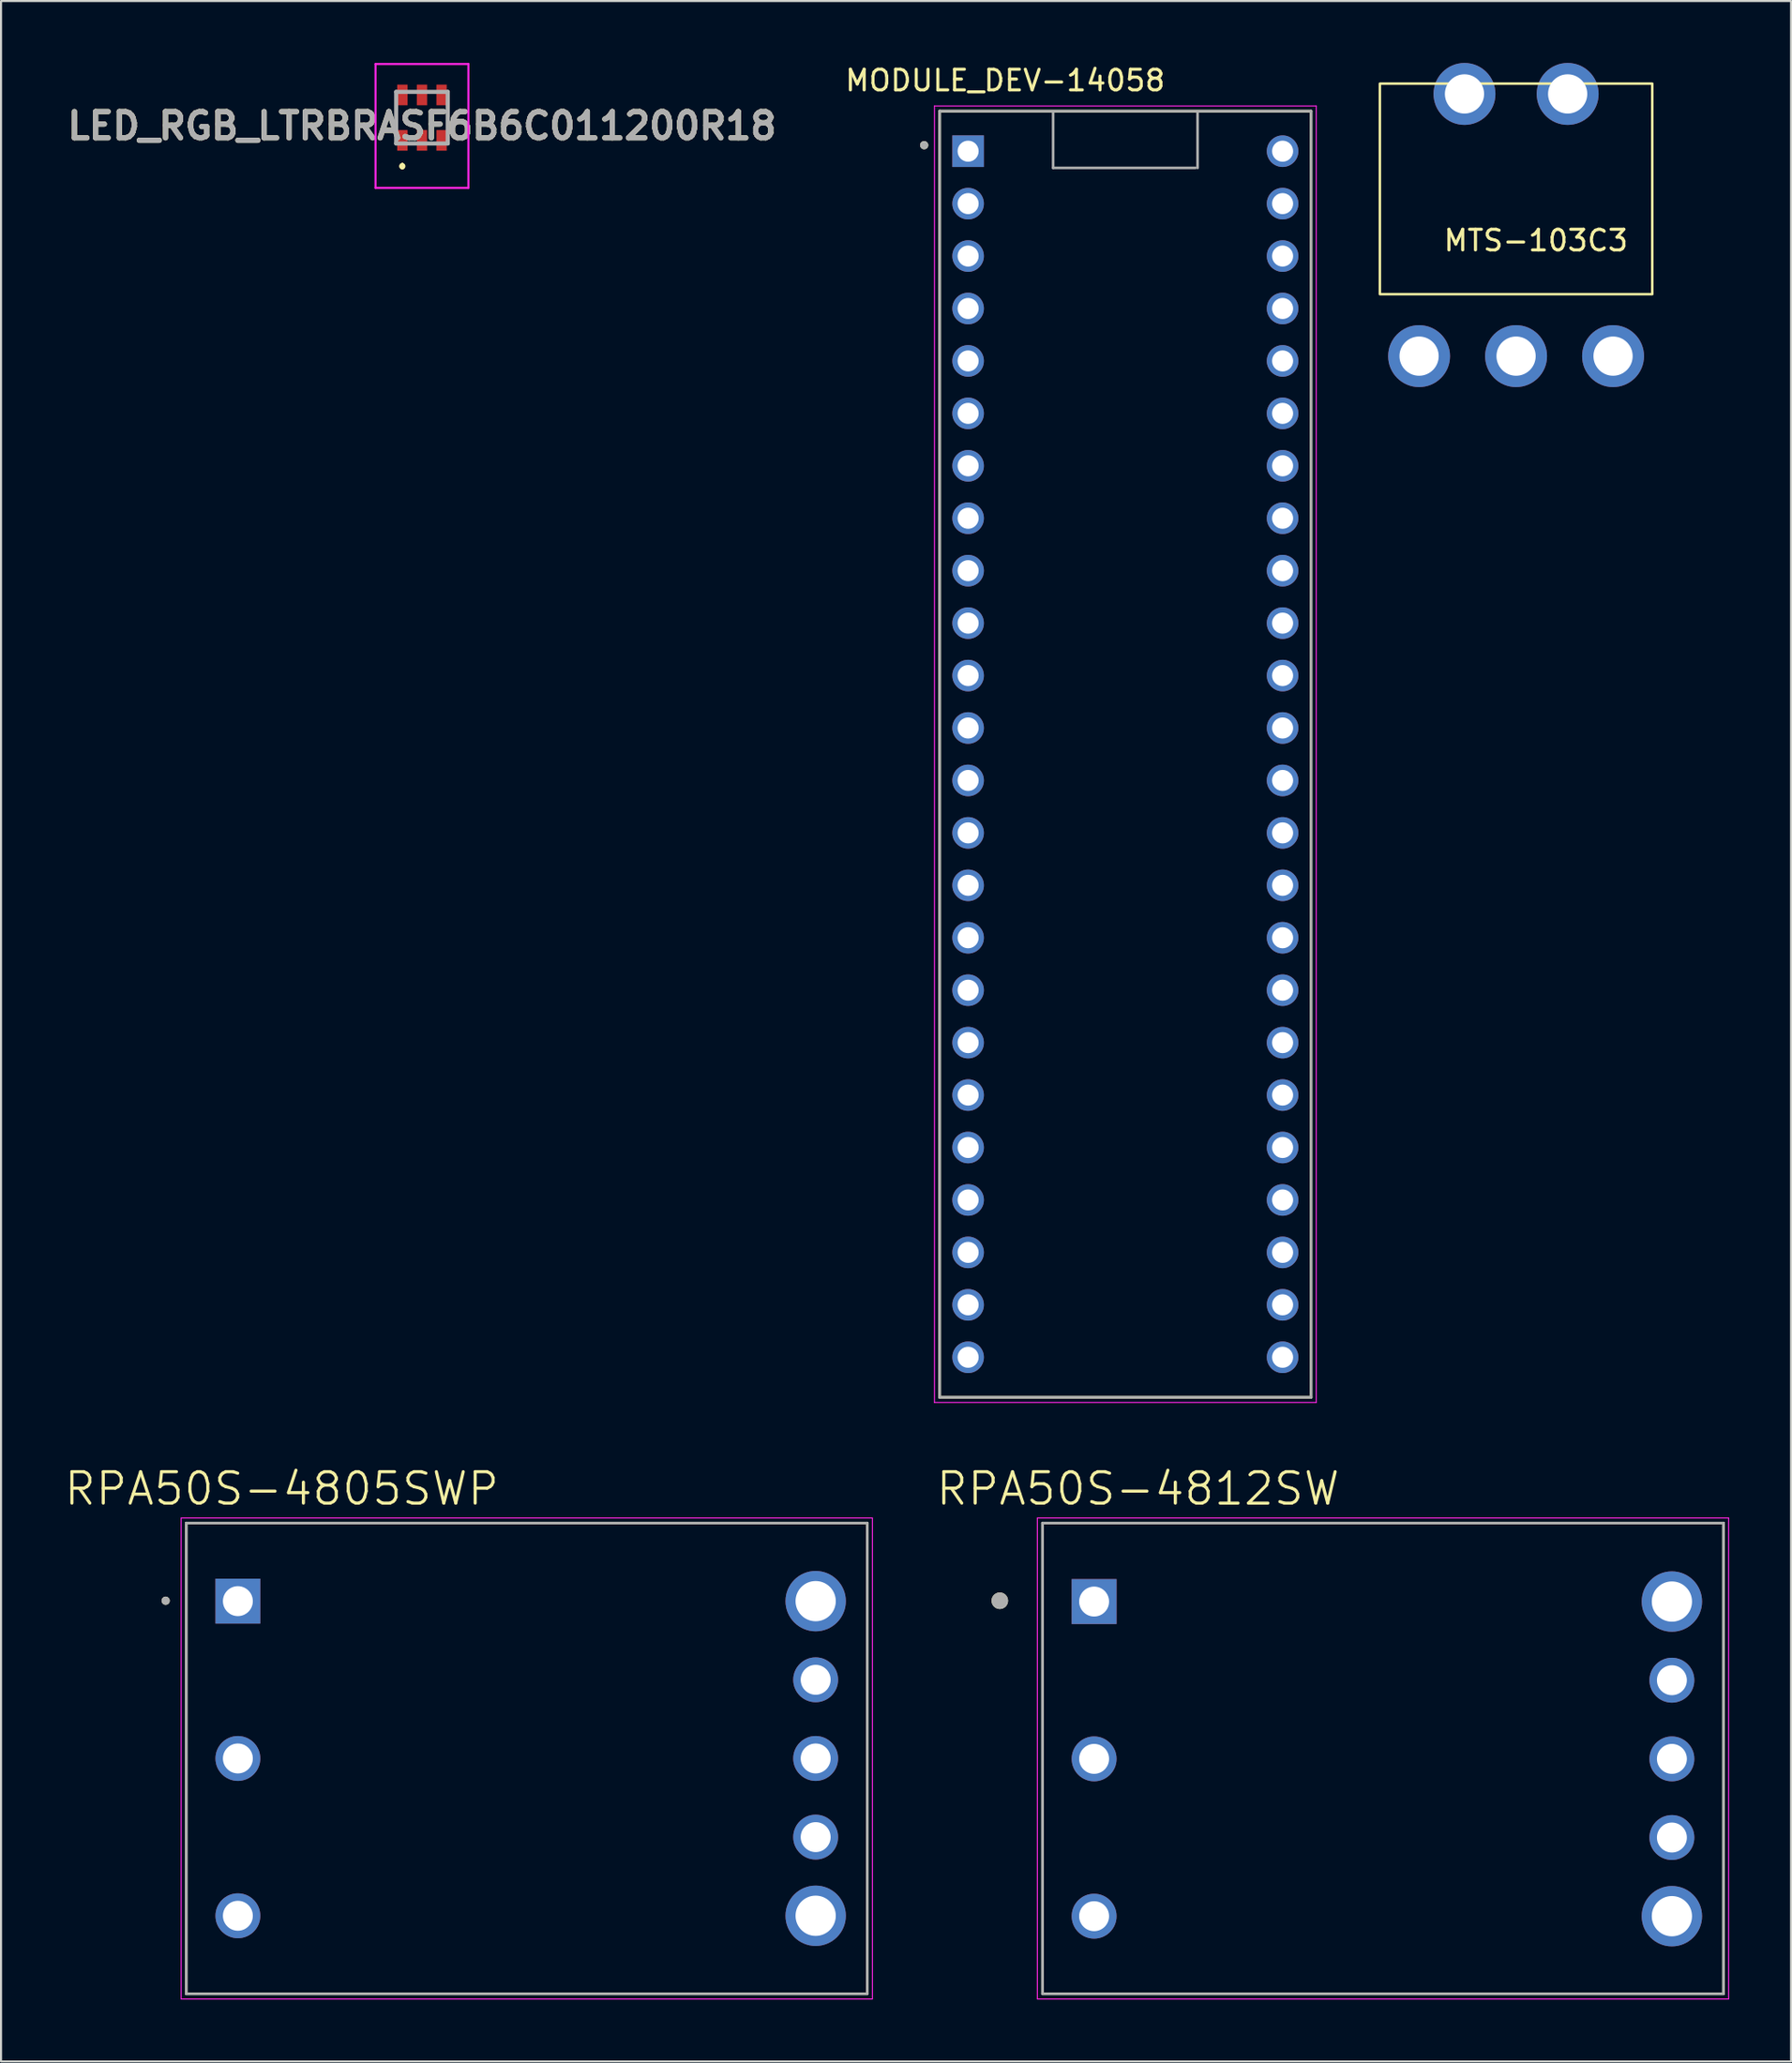
<source format=kicad_pcb>
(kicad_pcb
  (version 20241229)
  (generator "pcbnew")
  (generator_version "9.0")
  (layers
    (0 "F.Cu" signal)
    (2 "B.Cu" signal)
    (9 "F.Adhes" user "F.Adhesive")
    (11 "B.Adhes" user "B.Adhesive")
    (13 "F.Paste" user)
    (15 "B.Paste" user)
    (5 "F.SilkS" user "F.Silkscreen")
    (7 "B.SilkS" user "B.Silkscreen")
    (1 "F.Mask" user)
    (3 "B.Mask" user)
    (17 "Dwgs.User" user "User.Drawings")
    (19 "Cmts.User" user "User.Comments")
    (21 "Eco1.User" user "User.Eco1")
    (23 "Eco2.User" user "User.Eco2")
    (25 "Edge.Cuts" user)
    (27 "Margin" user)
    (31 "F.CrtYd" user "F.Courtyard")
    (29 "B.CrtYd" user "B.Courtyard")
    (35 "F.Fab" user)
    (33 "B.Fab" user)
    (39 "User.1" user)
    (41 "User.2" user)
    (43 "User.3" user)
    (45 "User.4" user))
  (footprint "RPA50S-4805SWP"
    (layer "F.Cu")
    (at 22.478 82.126)
    (property "Reference" "RPA50S-4805SWP" (at -11.874 -13.065 0) (layer "F.SilkS") (effects (font (size 1.52 1.52) (thickness 0.15))))
    (attr through_hole)
    (fp_line (start -16.5 -11.4) (end 16.5 -11.4) (stroke (width 0.127) (type solid)) (layer "F.SilkS"))
    (fp_line (start -16.5 11.4) (end -16.5 -11.4) (stroke (width 0.127) (type solid)) (layer "F.SilkS"))
    (fp_line (start 16.5 -11.4) (end 16.5 11.4) (stroke (width 0.127) (type solid)) (layer "F.SilkS"))
    (fp_line (start 16.5 11.4) (end -16.5 11.4) (stroke (width 0.127) (type solid)) (layer "F.SilkS"))
    (fp_circle (center -17.5 -7.64) (end -17.4 -7.64) (stroke (width 0.2) (type solid)) (fill no) (layer "F.SilkS"))
    (fp_line (start -16.75 -11.65) (end -16.75 11.65) (stroke (width 0.05) (type solid)) (layer "F.CrtYd"))
    (fp_line (start -16.75 11.65) (end 16.75 11.65) (stroke (width 0.05) (type solid)) (layer "F.CrtYd"))
    (fp_line (start 16.75 -11.65) (end -16.75 -11.65) (stroke (width 0.05) (type solid)) (layer "F.CrtYd"))
    (fp_line (start 16.75 11.65) (end 16.75 -11.65) (stroke (width 0.05) (type solid)) (layer "F.CrtYd"))
    (fp_line (start -16.5 -11.4) (end 16.5 -11.4) (stroke (width 0.127) (type solid)) (layer "F.Fab"))
    (fp_line (start -16.5 11.4) (end -16.5 -11.4) (stroke (width 0.127) (type solid)) (layer "F.Fab"))
    (fp_line (start 16.5 -11.4) (end 16.5 11.4) (stroke (width 0.127) (type solid)) (layer "F.Fab"))
    (fp_line (start 16.5 11.4) (end -16.5 11.4) (stroke (width 0.127) (type solid)) (layer "F.Fab"))
    (fp_circle (center -17.5 -7.64) (end -17.4 -7.64) (stroke (width 0.2) (type solid)) (fill no) (layer "F.Fab"))
    (pad "1" thru_hole rect (at -14 -7.62) (size 2.175 2.175) (drill 1.45) (layers "*.Cu" "*.Mask"))
    (pad "2" thru_hole circle (at -14 0) (size 2.175 2.175) (drill 1.45) (layers "*.Cu" "*.Mask"))
    (pad "3" thru_hole circle (at -14 7.62) (size 2.175 2.175) (drill 1.45) (layers "*.Cu" "*.Mask"))
    (pad "4" thru_hole circle (at 14 7.62) (size 2.925 2.925) (drill 1.95) (layers "*.Cu" "*.Mask"))
    (pad "5" thru_hole circle (at 14 3.81) (size 2.175 2.175) (drill 1.45) (layers "*.Cu" "*.Mask"))
    (pad "6" thru_hole circle (at 14 0) (size 2.175 2.175) (drill 1.45) (layers "*.Cu" "*.Mask"))
    (pad "7" thru_hole circle (at 14 -3.81) (size 2.175 2.175) (drill 1.45) (layers "*.Cu" "*.Mask"))
    (pad "8" thru_hole circle (at 14 -7.62) (size 2.925 2.925) (drill 1.95) (layers "*.Cu" "*.Mask")))
  (footprint "LED_RGB_LTRBRASF6B6C011200R18"
    (layer "F.Cu")
    (at 17.399 2.65)
    (property "Reference" "LED_RGB_LTRBRASF6B6C011200R18" (at 0 0.4 0) (layer "F.SilkS") (effects (font (size 1.27 1.27) (thickness 0.254))))
    (attr smd)
    (fp_line (start -0.95 2.3) (end -0.95 2.3) (stroke (width 0.2) (type solid)) (layer "F.SilkS"))
    (fp_line (start -0.95 2.3) (end -0.95 2.3) (stroke (width 0.2) (type solid)) (layer "F.SilkS"))
    (fp_line (start -0.95 2.4) (end -0.95 2.4) (stroke (width 0.2) (type solid)) (layer "F.SilkS"))
    (fp_arc (start -0.95 2.3) (mid -0.9 2.35) (end -0.95 2.4) (stroke (width 0.2) (type solid)) (layer "F.SilkS"))
    (fp_arc (start -0.95 2.4) (mid -1 2.35) (end -0.95 2.3) (stroke (width 0.2) (type solid)) (layer "F.SilkS"))
    (fp_arc (start -0.95 2.4) (mid -1 2.35) (end -0.95 2.3) (stroke (width 0.2) (type solid)) (layer "F.SilkS"))
    (fp_line (start -2.25 -2.6) (end 2.25 -2.6) (stroke (width 0.1) (type solid)) (layer "F.CrtYd"))
    (fp_line (start -2.25 3.4) (end -2.25 -2.6) (stroke (width 0.1) (type solid)) (layer "F.CrtYd"))
    (fp_line (start 2.25 -2.6) (end 2.25 3.4) (stroke (width 0.1) (type solid)) (layer "F.CrtYd"))
    (fp_line (start 2.25 3.4) (end -2.25 3.4) (stroke (width 0.1) (type solid)) (layer "F.CrtYd"))
    (fp_line (start -1.25 -1.25) (end -1.25 1.25) (stroke (width 0.2) (type solid)) (layer "F.Fab"))
    (fp_line (start -1.25 1.25) (end 1.25 1.25) (stroke (width 0.2) (type solid)) (layer "F.Fab"))
    (fp_line (start 1.25 -1.25) (end -1.25 -1.25) (stroke (width 0.2) (type solid)) (layer "F.Fab"))
    (fp_line (start 1.25 1.25) (end 1.25 -1.25) (stroke (width 0.2) (type solid)) (layer "F.Fab"))
    (fp_text user "${REFERENCE}" (at 0 0.4 0) (layer "F.Fab") (effects (font (size 1.27 1.27) (thickness 0.254))))
    (pad "1" smd rect (at -0.95 1.1) (size 0.5 1) (layers "F.Cu" "F.Mask" "F.Paste"))
    (pad "2" smd rect (at 0 1.1) (size 0.5 1) (layers "F.Cu" "F.Mask" "F.Paste"))
    (pad "3" smd rect (at 0.95 1.1) (size 0.5 1) (layers "F.Cu" "F.Mask" "F.Paste"))
    (pad "4" smd rect (at 0.95 -1.1) (size 0.5 1) (layers "F.Cu" "F.Mask" "F.Paste"))
    (pad "5" smd rect (at 0 -1.1) (size 0.5 1) (layers "F.Cu" "F.Mask" "F.Paste"))
    (pad "6" smd rect (at -0.95 -1.1) (size 0.5 1) (layers "F.Cu" "F.Mask" "F.Paste")))
  (footprint "MODULE_DEV-14058"
    (layer "F.Cu")
    (at 51.486 33.483)
    (property "Reference" "MODULE_DEV-14058" (at -5.825 -32.635 0) (layer "F.SilkS") (effects (font (size 1 1) (thickness 0.15))))
    (attr through_hole)
    (fp_line (start -9 -31.15) (end -9 31.15) (stroke (width 0.127) (type solid)) (layer "F.SilkS"))
    (fp_line (start -9 31.15) (end 9 31.15) (stroke (width 0.127) (type solid)) (layer "F.SilkS"))
    (fp_line (start 9 -31.15) (end -9 -31.15) (stroke (width 0.127) (type solid)) (layer "F.SilkS"))
    (fp_line (start 9 31.15) (end 9 -31.15) (stroke (width 0.127) (type solid)) (layer "F.SilkS"))
    (fp_circle (center -9.75 -29.5) (end -9.65 -29.5) (stroke (width 0.2) (type solid)) (fill no) (layer "F.SilkS"))
    (fp_line (start -9.25 -31.4) (end 9.25 -31.4) (stroke (width 0.05) (type solid)) (layer "F.CrtYd"))
    (fp_line (start -9.25 31.4) (end -9.25 -31.4) (stroke (width 0.05) (type solid)) (layer "F.CrtYd"))
    (fp_line (start 9.25 -31.4) (end 9.25 31.4) (stroke (width 0.05) (type solid)) (layer "F.CrtYd"))
    (fp_line (start 9.25 31.4) (end -9.25 31.4) (stroke (width 0.05) (type solid)) (layer "F.CrtYd"))
    (fp_line (start -9 -31.15) (end 9 -31.15) (stroke (width 0.127) (type solid)) (layer "F.Fab"))
    (fp_line (start -9 31.15) (end -9 -31.15) (stroke (width 0.127) (type solid)) (layer "F.Fab"))
    (fp_line (start -3.5 -31.1) (end -3.5 -28.4) (stroke (width 0.127) (type solid)) (layer "F.Fab"))
    (fp_line (start -3.5 -28.4) (end 3.4 -28.4) (stroke (width 0.127) (type solid)) (layer "F.Fab"))
    (fp_line (start 3.5 -28.4) (end 3.5 -31.1) (stroke (width 0.127) (type solid)) (layer "F.Fab"))
    (fp_line (start 9 -31.15) (end 9 31.15) (stroke (width 0.127) (type solid)) (layer "F.Fab"))
    (fp_line (start 9 31.15) (end -9 31.15) (stroke (width 0.127) (type solid)) (layer "F.Fab"))
    (fp_circle (center -9.75 -29.5) (end -9.65 -29.5) (stroke (width 0.2) (type solid)) (fill no) (layer "F.Fab"))
    (pad "1" thru_hole rect (at -7.62 -29.21) (size 1.53 1.53) (drill 1.02) (layers "*.Cu" "*.Mask"))
    (pad "2" thru_hole circle (at -7.62 -26.67) (size 1.53 1.53) (drill 1.02) (layers "*.Cu" "*.Mask"))
    (pad "3" thru_hole circle (at -7.62 -24.13) (size 1.53 1.53) (drill 1.02) (layers "*.Cu" "*.Mask"))
    (pad "4" thru_hole circle (at -7.62 -21.59) (size 1.53 1.53) (drill 1.02) (layers "*.Cu" "*.Mask"))
    (pad "5" thru_hole circle (at -7.62 -19.05) (size 1.53 1.53) (drill 1.02) (layers "*.Cu" "*.Mask"))
    (pad "6" thru_hole circle (at -7.62 -16.51) (size 1.53 1.53) (drill 1.02) (layers "*.Cu" "*.Mask"))
    (pad "7" thru_hole circle (at -7.62 -13.97) (size 1.53 1.53) (drill 1.02) (layers "*.Cu" "*.Mask"))
    (pad "8" thru_hole circle (at -7.62 -11.43) (size 1.53 1.53) (drill 1.02) (layers "*.Cu" "*.Mask"))
    (pad "9" thru_hole circle (at -7.62 -8.89) (size 1.53 1.53) (drill 1.02) (layers "*.Cu" "*.Mask"))
    (pad "10" thru_hole circle (at -7.62 -6.35) (size 1.53 1.53) (drill 1.02) (layers "*.Cu" "*.Mask"))
    (pad "11" thru_hole circle (at -7.62 -3.81) (size 1.53 1.53) (drill 1.02) (layers "*.Cu" "*.Mask"))
    (pad "12" thru_hole circle (at -7.62 -1.27) (size 1.53 1.53) (drill 1.02) (layers "*.Cu" "*.Mask"))
    (pad "13" thru_hole circle (at -7.62 1.27) (size 1.53 1.53) (drill 1.02) (layers "*.Cu" "*.Mask"))
    (pad "14" thru_hole circle (at -7.62 3.81) (size 1.53 1.53) (drill 1.02) (layers "*.Cu" "*.Mask"))
    (pad "15" thru_hole circle (at -7.62 6.35) (size 1.53 1.53) (drill 1.02) (layers "*.Cu" "*.Mask"))
    (pad "16" thru_hole circle (at -7.62 8.89) (size 1.53 1.53) (drill 1.02) (layers "*.Cu" "*.Mask"))
    (pad "17" thru_hole circle (at -7.62 11.43) (size 1.53 1.53) (drill 1.02) (layers "*.Cu" "*.Mask"))
    (pad "18" thru_hole circle (at -7.62 13.97) (size 1.53 1.53) (drill 1.02) (layers "*.Cu" "*.Mask"))
    (pad "19" thru_hole circle (at -7.62 16.51) (size 1.53 1.53) (drill 1.02) (layers "*.Cu" "*.Mask"))
    (pad "20" thru_hole circle (at -7.62 19.05) (size 1.53 1.53) (drill 1.02) (layers "*.Cu" "*.Mask"))
    (pad "21" thru_hole circle (at -7.62 21.59) (size 1.53 1.53) (drill 1.02) (layers "*.Cu" "*.Mask"))
    (pad "22" thru_hole circle (at -7.62 24.13) (size 1.53 1.53) (drill 1.02) (layers "*.Cu" "*.Mask"))
    (pad "23" thru_hole circle (at -7.62 26.67) (size 1.53 1.53) (drill 1.02) (layers "*.Cu" "*.Mask"))
    (pad "24" thru_hole circle (at -7.62 29.21) (size 1.53 1.53) (drill 1.02) (layers "*.Cu" "*.Mask"))
    (pad "25" thru_hole circle (at 7.62 29.21) (size 1.53 1.53) (drill 1.02) (layers "*.Cu" "*.Mask"))
    (pad "26" thru_hole circle (at 7.62 26.67) (size 1.53 1.53) (drill 1.02) (layers "*.Cu" "*.Mask"))
    (pad "27" thru_hole circle (at 7.62 24.13) (size 1.53 1.53) (drill 1.02) (layers "*.Cu" "*.Mask"))
    (pad "28" thru_hole circle (at 7.62 21.59) (size 1.53 1.53) (drill 1.02) (layers "*.Cu" "*.Mask"))
    (pad "29" thru_hole circle (at 7.62 19.05) (size 1.53 1.53) (drill 1.02) (layers "*.Cu" "*.Mask"))
    (pad "30" thru_hole circle (at 7.62 16.51) (size 1.53 1.53) (drill 1.02) (layers "*.Cu" "*.Mask"))
    (pad "31" thru_hole circle (at 7.62 13.97) (size 1.53 1.53) (drill 1.02) (layers "*.Cu" "*.Mask"))
    (pad "32" thru_hole circle (at 7.62 11.43) (size 1.53 1.53) (drill 1.02) (layers "*.Cu" "*.Mask"))
    (pad "33" thru_hole circle (at 7.62 8.89) (size 1.53 1.53) (drill 1.02) (layers "*.Cu" "*.Mask"))
    (pad "34" thru_hole circle (at 7.62 6.35) (size 1.53 1.53) (drill 1.02) (layers "*.Cu" "*.Mask"))
    (pad "35" thru_hole circle (at 7.62 3.81) (size 1.53 1.53) (drill 1.02) (layers "*.Cu" "*.Mask"))
    (pad "36" thru_hole circle (at 7.62 1.27) (size 1.53 1.53) (drill 1.02) (layers "*.Cu" "*.Mask"))
    (pad "37" thru_hole circle (at 7.62 -1.27) (size 1.53 1.53) (drill 1.02) (layers "*.Cu" "*.Mask"))
    (pad "38" thru_hole circle (at 7.62 -3.81) (size 1.53 1.53) (drill 1.02) (layers "*.Cu" "*.Mask"))
    (pad "39" thru_hole circle (at 7.62 -6.35) (size 1.53 1.53) (drill 1.02) (layers "*.Cu" "*.Mask"))
    (pad "40" thru_hole circle (at 7.62 -8.89) (size 1.53 1.53) (drill 1.02) (layers "*.Cu" "*.Mask"))
    (pad "41" thru_hole circle (at 7.62 -11.43) (size 1.53 1.53) (drill 1.02) (layers "*.Cu" "*.Mask"))
    (pad "42" thru_hole circle (at 7.62 -13.97) (size 1.53 1.53) (drill 1.02) (layers "*.Cu" "*.Mask"))
    (pad "43" thru_hole circle (at 7.62 -16.51) (size 1.53 1.53) (drill 1.02) (layers "*.Cu" "*.Mask"))
    (pad "44" thru_hole circle (at 7.62 -19.05) (size 1.53 1.53) (drill 1.02) (layers "*.Cu" "*.Mask"))
    (pad "45" thru_hole circle (at 7.62 -21.59) (size 1.53 1.53) (drill 1.02) (layers "*.Cu" "*.Mask"))
    (pad "46" thru_hole circle (at 7.62 -24.13) (size 1.53 1.53) (drill 1.02) (layers "*.Cu" "*.Mask"))
    (pad "47" thru_hole circle (at 7.62 -26.67) (size 1.53 1.53) (drill 1.02) (layers "*.Cu" "*.Mask"))
    (pad "48" thru_hole circle (at 7.62 -29.21) (size 1.53 1.53) (drill 1.02) (layers "*.Cu" "*.Mask")))
  (footprint "MTS-103C3"
    (layer "F.Cu")
    (at 71.421 9.1)
    (property "Reference" "MTS-103C3" (at -0.039 -0.5 0) (unlocked yes) (layer "F.SilkS") (effects (font (size 1 1) (thickness 0.15))))
    (attr through_hole)
    (fp_rect (start -7.6 2.1) (end 5.6 -8.1) (stroke (width 0.12) (type solid)) (fill no) (layer "F.SilkS"))
    (pad "1" thru_hole circle (at -5.7 5.1) (size 3 3) (drill 1.9) (layers "*.Cu" "*.Mask"))
    (pad "2" thru_hole circle (at -1 5.1) (size 3 3) (drill 1.9) (layers "*.Cu" "*.Mask"))
    (pad "3" thru_hole circle (at 3.7 5.1) (size 3 3) (drill 1.9) (layers "*.Cu" "*.Mask"))
    (pad "4" thru_hole circle (at -3.5 -7.6) (size 3 3) (drill 1.9) (layers "*.Cu" "*.Mask"))
    (pad "5" thru_hole circle (at 1.5 -7.6) (size 3 3) (drill 1.9) (layers "*.Cu" "*.Mask")))
  (footprint "RPA50S-4812SW"
    (layer "F.Cu")
    (at 63.972 82.126)
    (property "Reference" "RPA50S-4812SW" (at -11.874 -13.065 0) (layer "F.SilkS") (effects (font (size 1.52 1.52) (thickness 0.15))))
    (attr through_hole)
    (fp_line (start -16.5 -11.4) (end 16.5 -11.4) (stroke (width 0.127) (type solid)) (layer "F.SilkS"))
    (fp_line (start -16.5 11.4) (end -16.5 -11.4) (stroke (width 0.127) (type solid)) (layer "F.SilkS"))
    (fp_line (start 16.5 -11.4) (end 16.5 11.4) (stroke (width 0.127) (type solid)) (layer "F.SilkS"))
    (fp_line (start 16.5 11.4) (end -16.5 11.4) (stroke (width 0.127) (type solid)) (layer "F.SilkS"))
    (fp_circle (center -18.57 -7.64) (end -18.37 -7.64) (stroke (width 0.4) (type solid)) (fill no) (layer "F.SilkS"))
    (fp_line (start -16.75 -11.65) (end -16.75 11.65) (stroke (width 0.05) (type solid)) (layer "F.CrtYd"))
    (fp_line (start -16.75 11.65) (end 16.75 11.65) (stroke (width 0.05) (type solid)) (layer "F.CrtYd"))
    (fp_line (start 16.75 -11.65) (end -16.75 -11.65) (stroke (width 0.05) (type solid)) (layer "F.CrtYd"))
    (fp_line (start 16.75 11.65) (end 16.75 -11.65) (stroke (width 0.05) (type solid)) (layer "F.CrtYd"))
    (fp_line (start -16.5 -11.4) (end 16.5 -11.4) (stroke (width 0.127) (type solid)) (layer "F.Fab"))
    (fp_line (start -16.5 11.4) (end -16.5 -11.4) (stroke (width 0.127) (type solid)) (layer "F.Fab"))
    (fp_line (start 16.5 -11.4) (end 16.5 11.4) (stroke (width 0.127) (type solid)) (layer "F.Fab"))
    (fp_line (start 16.5 11.4) (end -16.5 11.4) (stroke (width 0.127) (type solid)) (layer "F.Fab"))
    (fp_circle (center -18.57 -7.64) (end -18.37 -7.64) (stroke (width 0.4) (type solid)) (fill no) (layer "F.Fab"))
    (pad "1" thru_hole rect (at -14 -7.6) (size 2.175 2.175) (drill 1.45) (layers "*.Cu" "*.Mask"))
    (pad "2" thru_hole circle (at -14 0.02) (size 2.175 2.175) (drill 1.45) (layers "*.Cu" "*.Mask"))
    (pad "3" thru_hole circle (at -14 7.64) (size 2.175 2.175) (drill 1.45) (layers "*.Cu" "*.Mask"))
    (pad "4" thru_hole circle (at 14 7.64) (size 2.925 2.925) (drill 1.95) (layers "*.Cu" "*.Mask"))
    (pad "5" thru_hole circle (at 14 3.83) (size 2.175 2.175) (drill 1.45) (layers "*.Cu" "*.Mask"))
    (pad "6" thru_hole circle (at 14 0.02) (size 2.175 2.175) (drill 1.45) (layers "*.Cu" "*.Mask"))
    (pad "7" thru_hole circle (at 14 -3.79) (size 2.175 2.175) (drill 1.45) (layers "*.Cu" "*.Mask"))
    (pad "8" thru_hole circle (at 14 -7.6) (size 2.925 2.925) (drill 1.95) (layers "*.Cu" "*.Mask")))
  (gr_rect
    (start -3 -3)
    (end 83.747 96.801)
    (stroke (width 0.1) (type default))
    (fill no)
    (layer "Edge.Cuts")))
</source>
